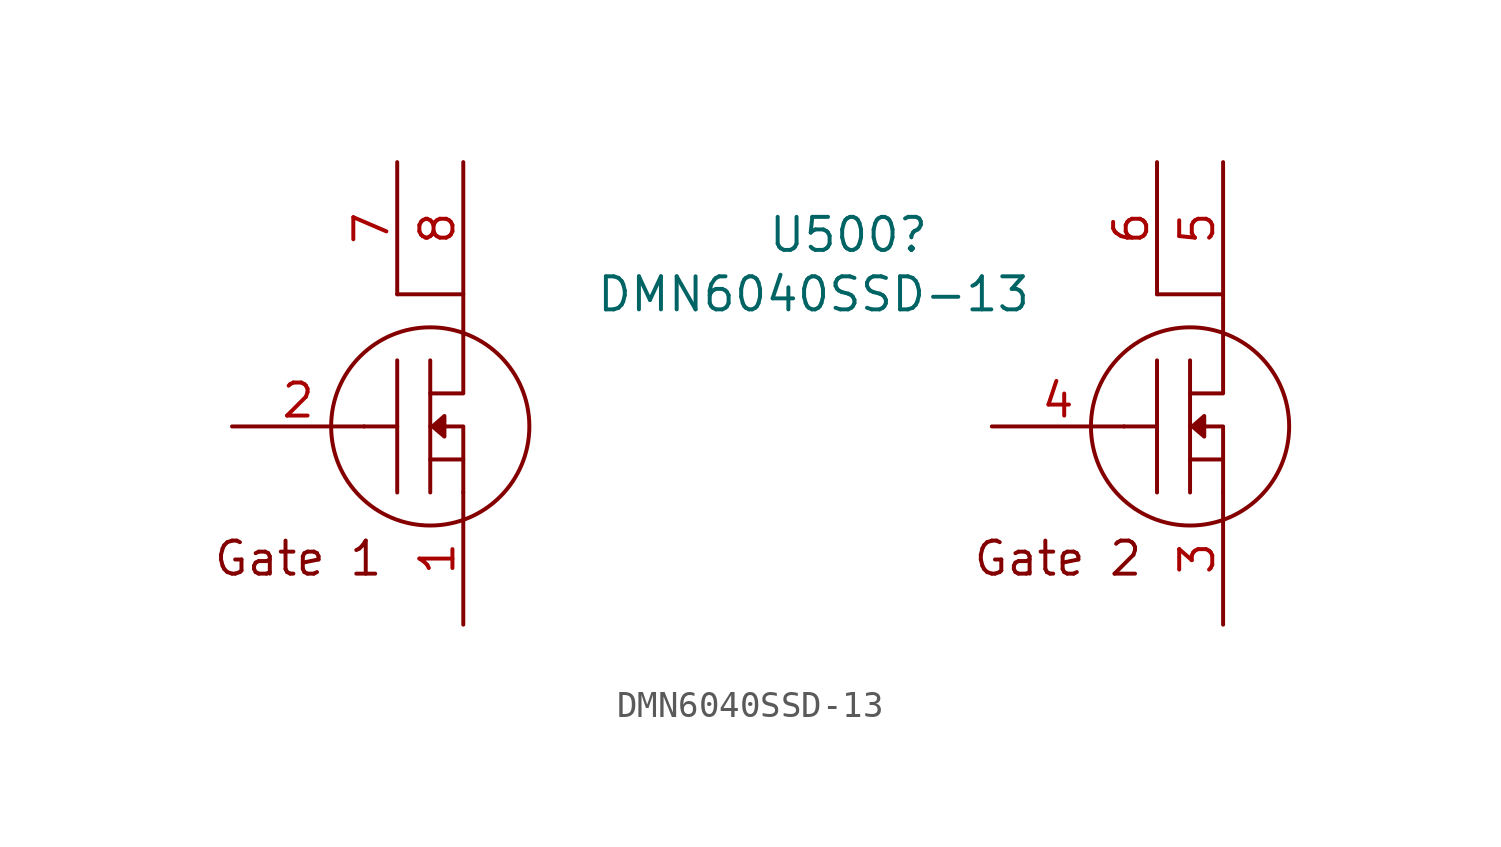
<source format=kicad_sym>
(kicad_symbol_lib
  (version 20241209)
  (generator "kicad_symbol_editor")
  (generator_version "9.0")
  (symbol "DMN6040SSD-13"
    (property "Reference" "U500"
      (at 14.224 2.286 0)
      (effects (font (size 1.27 1.27)) (justify left)))
    (property "Value" "DMN6040SSD-13"
      (at 7.62 0 0)
      (effects (font (size 1.27 1.27)) (justify left)))
    (symbol "DMN6040SSD-13_0_1"
      (polyline (pts (xy -1.27 -5.08) (xy 0 -5.08)) (stroke (width 0) (type default)) (fill (type none)))
      (polyline (pts (xy 0 -2.54) (xy 0 -7.62)) (stroke (width 0) (type default)) (fill (type none)))
      (polyline (pts (xy 1.27 -3.81) (xy 2.54 -3.81) (xy 2.54 -2.54) (xy 2.54 0) (xy 0 0)) (stroke (width 0) (type default)) (fill (type none)))
      (polyline (pts (xy 1.27 -5.08) (xy 2.54 -5.08) (xy 2.54 -7.62)) (stroke (width 0) (type default)) (fill (type none)))
      (circle (center 1.27 -5.08) (radius 3.81) (stroke (width 0) (type default)) (fill (type none)))
      (polyline (pts (xy 1.27 -6.35) (xy 2.54 -6.35)) (stroke (width 0) (type default)) (fill (type none)))
      (polyline (pts (xy 1.27 -7.62) (xy 1.27 -2.54)) (stroke (width 0) (type default)) (fill (type none)))
      (polyline (pts (xy 1.351 -5.084) (xy 1.815 -4.678) (xy 1.815 -5.471) (xy 1.419 -5.133) (xy 1.815 -4.901) (xy 1.603 -5.133) (xy 1.786 -5.191) (xy 1.728 -5.287)) (stroke (width 0) (type default)) (fill (type none)))
      (polyline (pts (xy 1.633 -5.01) (xy 1.761 -4.818) (xy 1.664 -5.264)) (stroke (width 0) (type default)) (fill (type none)))
      (polyline (pts (xy 27.94 -5.08) (xy 29.21 -5.08)) (stroke (width 0) (type default)) (fill (type none)))
      (polyline (pts (xy 29.21 -2.54) (xy 29.21 -7.62)) (stroke (width 0) (type default)) (fill (type none)))
      (polyline (pts (xy 30.48 -3.81) (xy 31.75 -3.81) (xy 31.75 -2.54) (xy 31.75 0) (xy 29.21 0)) (stroke (width 0) (type default)) (fill (type none)))
      (polyline (pts (xy 30.48 -5.08) (xy 31.75 -5.08) (xy 31.75 -7.62)) (stroke (width 0) (type default)) (fill (type none)))
      (circle (center 30.48 -5.08) (radius 3.81) (stroke (width 0) (type default)) (fill (type none)))
      (polyline (pts (xy 30.48 -6.35) (xy 31.75 -6.35)) (stroke (width 0) (type default)) (fill (type none)))
      (polyline (pts (xy 30.48 -7.62) (xy 30.48 -2.54)) (stroke (width 0) (type default)) (fill (type none)))
      (polyline (pts (xy 30.561 -5.084) (xy 31.025 -4.678) (xy 31.025 -5.471) (xy 30.629 -5.133) (xy 31.025 -4.901) (xy 30.813 -5.133) (xy 30.996 -5.191) (xy 30.938 -5.287)) (stroke (width 0) (type default)) (fill (type none)))
      (polyline (pts (xy 30.843 -5.01) (xy 30.971 -4.818) (xy 30.874 -5.264)) (stroke (width 0) (type default)) (fill (type none))))
    (symbol "DMN6040SSD-13_1_1"
      (text "Gate 1" (at -3.81 -10.16 0) (effects (font (size 1.27 1.27))))
      (text "Gate 2" (at 25.4 -10.16 0) (effects (font (size 1.27 1.27))))
      (pin passive line (at -6.35 -5.08 0) (length 5.08) (name "" (effects (font (size 1.27 1.27)))) (number "2" (effects (font (size 1.27 1.27)))))
      (pin passive line (at 0 5.08 270) (length 5.08) (name "" (effects (font (size 1.27 1.27)))) (number "7" (effects (font (size 1.27 1.27)))))
      (pin passive line (at 2.54 5.08 270) (length 5.08) (name "" (effects (font (size 1.27 1.27)))) (number "8" (effects (font (size 1.27 1.27)))))
      (pin passive line (at 2.54 -12.7 90) (length 5.08) (name "" (effects (font (size 1.27 1.27)))) (number "1" (effects (font (size 1.27 1.27)))))
      (pin passive line (at 22.86 -5.08 0) (length 5.08) (name "" (effects (font (size 1.27 1.27)))) (number "4" (effects (font (size 1.27 1.27)))))
      (pin passive line (at 29.21 5.08 270) (length 5.08) (name "" (effects (font (size 1.27 1.27)))) (number "6" (effects (font (size 1.27 1.27)))))
      (pin passive line (at 31.75 5.08 270) (length 5.08) (name "" (effects (font (size 1.27 1.27)))) (number "5" (effects (font (size 1.27 1.27)))))
      (pin passive line (at 31.75 -12.7 90) (length 5.08) (name "" (effects (font (size 1.27 1.27)))) (number "3" (effects (font (size 1.27 1.27))))))))
</source>
